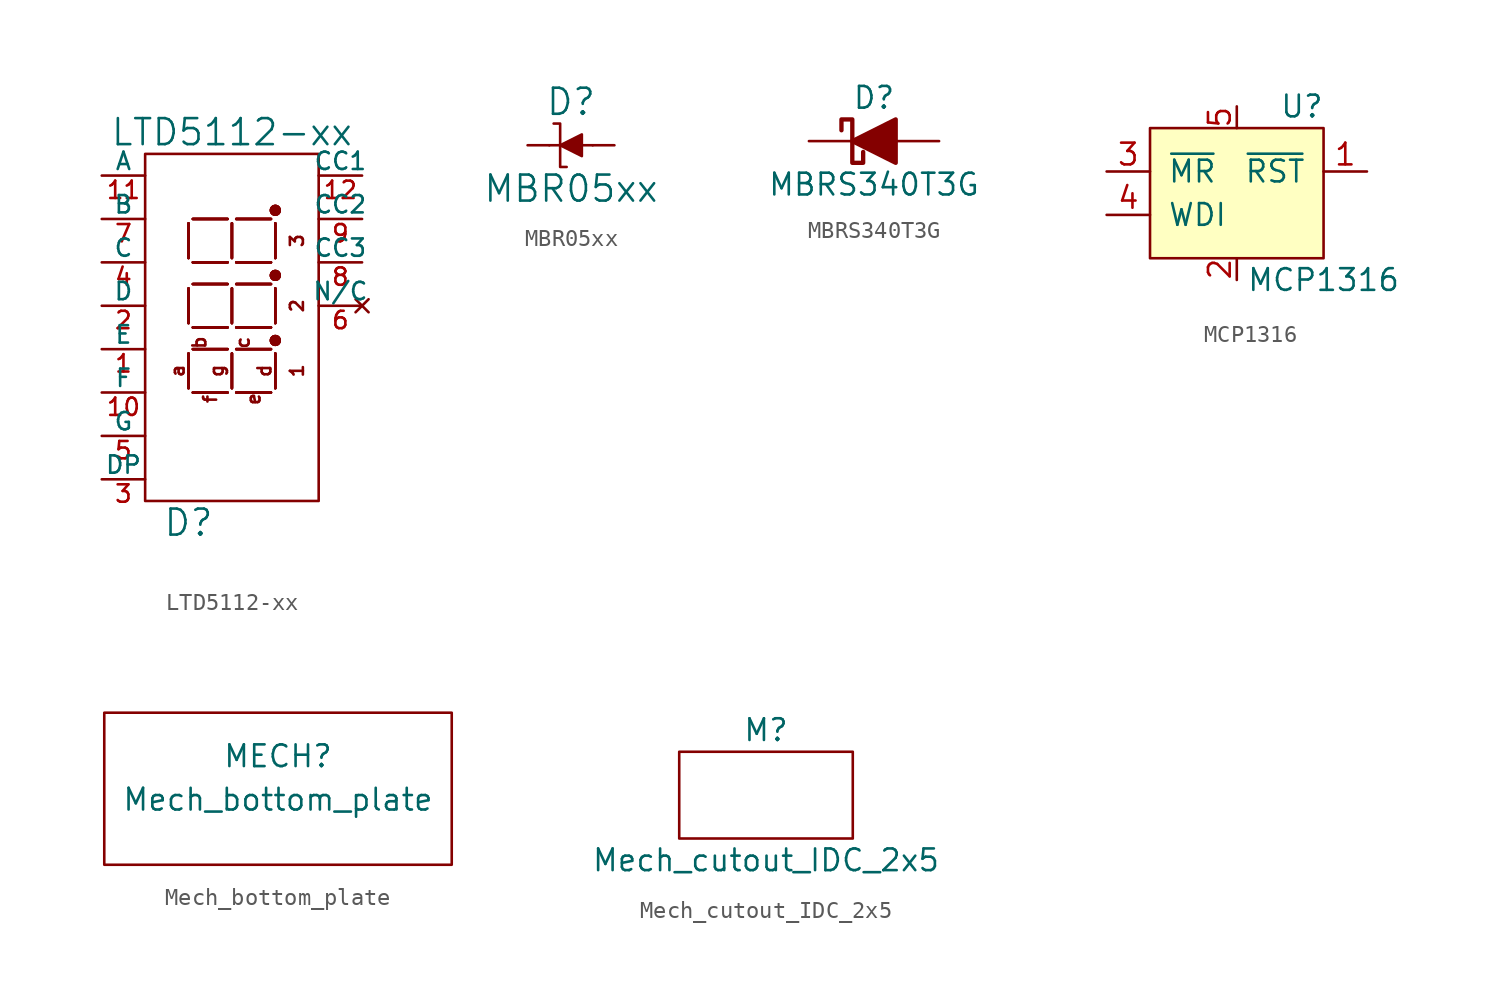
<source format=kicad_sym>
(kicad_symbol_lib
  (version 20211014)
  (generator kicad_symbol_editor)
  (symbol "LTD5112-xx"
    (pin_names
      (offset 0))
    (property "Reference" "D"
      (at -2.54 -12.7 0)
      (effects (font (size 1.524 1.524))))
    (property "Value" "LTD5112-xx"
      (at 0 10.16 0)
      (effects (font (size 1.524 1.524))))
    (symbol "LTD5112-xx_0_0"
      (text "1" (at 3.81 -3.81 900) (effects (font (size 0.762 0.762))))
      (text "2" (at 3.81 0 900) (effects (font (size 0.762 0.762))))
      (text "3" (at 3.81 3.81 900) (effects (font (size 0.762 0.762))))
      (text "a" (at -3.175 -3.81 900) (effects (font (size 0.762 0.762))))
      (text "b" (at -1.905 -2.159 900) (effects (font (size 0.762 0.762))))
      (text "c" (at 0.635 -2.159 900) (effects (font (size 0.762 0.762))))
      (text "d" (at 1.905 -3.81 900) (effects (font (size 0.762 0.762))))
      (text "e" (at 1.27 -5.461 900) (effects (font (size 0.762 0.762))))
      (text "f" (at -1.27 -5.461 900) (effects (font (size 0.762 0.762))))
      (text "g" (at -0.889 -3.81 900) (effects (font (size 0.762 0.762)))))
    (symbol "LTD5112-xx_0_1"
      (rectangle (start -5.08 8.89) (end 5.08 -11.43) (stroke (width 0) (type default) (color 0 0 0 0)) (fill (type none)))
      (polyline (pts (xy -2.54 -2.794) (xy -2.54 -4.826)) (stroke (width 0) (type default) (color 0 0 0 0)) (fill (type none)))
      (polyline (pts (xy -2.54 -2.794) (xy -2.54 -4.826)) (stroke (width 0) (type default) (color 0 0 0 0)) (fill (type none)))
      (polyline (pts (xy -2.54 -2.794) (xy -2.54 -4.826)) (stroke (width 0) (type default) (color 0 0 0 0)) (fill (type none)))
      (polyline (pts (xy -2.54 -2.794) (xy -2.54 -4.826)) (stroke (width 0) (type default) (color 0 0 0 0)) (fill (type none)))
      (polyline (pts (xy -2.54 1.016) (xy -2.54 -1.016)) (stroke (width 0) (type default) (color 0 0 0 0)) (fill (type none)))
      (polyline (pts (xy -2.54 1.016) (xy -2.54 -1.016)) (stroke (width 0) (type default) (color 0 0 0 0)) (fill (type none)))
      (polyline (pts (xy -2.54 1.016) (xy -2.54 -1.016)) (stroke (width 0) (type default) (color 0 0 0 0)) (fill (type none)))
      (polyline (pts (xy -2.54 1.016) (xy -2.54 -1.016)) (stroke (width 0) (type default) (color 0 0 0 0)) (fill (type none)))
      (polyline (pts (xy -2.54 4.826) (xy -2.54 2.794)) (stroke (width 0) (type default) (color 0 0 0 0)) (fill (type none)))
      (polyline (pts (xy -2.54 4.826) (xy -2.54 2.794)) (stroke (width 0) (type default) (color 0 0 0 0)) (fill (type none)))
      (polyline (pts (xy -2.54 4.826) (xy -2.54 2.794)) (stroke (width 0) (type default) (color 0 0 0 0)) (fill (type none)))
      (polyline (pts (xy -2.54 4.826) (xy -2.54 2.794)) (stroke (width 0) (type default) (color 0 0 0 0)) (fill (type none)))
      (polyline (pts (xy -2.286 -5.08) (xy -0.254 -5.08)) (stroke (width 0) (type default) (color 0 0 0 0)) (fill (type none)))
      (polyline (pts (xy -2.286 -5.08) (xy -0.254 -5.08)) (stroke (width 0) (type default) (color 0 0 0 0)) (fill (type none)))
      (polyline (pts (xy -2.286 -5.08) (xy -0.254 -5.08)) (stroke (width 0) (type default) (color 0 0 0 0)) (fill (type none)))
      (polyline (pts (xy -2.286 -5.08) (xy -0.254 -5.08)) (stroke (width 0) (type default) (color 0 0 0 0)) (fill (type none)))
      (polyline (pts (xy -2.286 -1.27) (xy -0.254 -1.27)) (stroke (width 0) (type default) (color 0 0 0 0)) (fill (type none)))
      (polyline (pts (xy -2.286 -1.27) (xy -0.254 -1.27)) (stroke (width 0) (type default) (color 0 0 0 0)) (fill (type none)))
      (polyline (pts (xy -2.286 -1.27) (xy -0.254 -1.27)) (stroke (width 0) (type default) (color 0 0 0 0)) (fill (type none)))
      (polyline (pts (xy -2.286 -1.27) (xy -0.254 -1.27)) (stroke (width 0) (type default) (color 0 0 0 0)) (fill (type none)))
      (polyline (pts (xy -2.286 2.54) (xy -0.254 2.54)) (stroke (width 0) (type default) (color 0 0 0 0)) (fill (type none)))
      (polyline (pts (xy -2.286 2.54) (xy -0.254 2.54)) (stroke (width 0) (type default) (color 0 0 0 0)) (fill (type none)))
      (polyline (pts (xy -2.286 2.54) (xy -0.254 2.54)) (stroke (width 0) (type default) (color 0 0 0 0)) (fill (type none)))
      (polyline (pts (xy -2.286 2.54) (xy -0.254 2.54)) (stroke (width 0) (type default) (color 0 0 0 0)) (fill (type none)))
      (polyline (pts (xy -0.254 -2.54) (xy -2.286 -2.54)) (stroke (width 0) (type default) (color 0 0 0 0)) (fill (type none)))
      (polyline (pts (xy -0.254 -2.54) (xy -2.286 -2.54)) (stroke (width 0) (type default) (color 0 0 0 0)) (fill (type none)))
      (polyline (pts (xy -0.254 -2.54) (xy -2.286 -2.54)) (stroke (width 0) (type default) (color 0 0 0 0)) (fill (type none)))
      (polyline (pts (xy -0.254 -2.54) (xy -2.286 -2.54)) (stroke (width 0) (type default) (color 0 0 0 0)) (fill (type none)))
      (polyline (pts (xy -0.254 1.27) (xy -2.286 1.27)) (stroke (width 0) (type default) (color 0 0 0 0)) (fill (type none)))
      (polyline (pts (xy -0.254 1.27) (xy -2.286 1.27)) (stroke (width 0) (type default) (color 0 0 0 0)) (fill (type none)))
      (polyline (pts (xy -0.254 1.27) (xy -2.286 1.27)) (stroke (width 0) (type default) (color 0 0 0 0)) (fill (type none)))
      (polyline (pts (xy -0.254 1.27) (xy -2.286 1.27)) (stroke (width 0) (type default) (color 0 0 0 0)) (fill (type none)))
      (polyline (pts (xy -0.254 5.08) (xy -2.286 5.08)) (stroke (width 0) (type default) (color 0 0 0 0)) (fill (type none)))
      (polyline (pts (xy -0.254 5.08) (xy -2.286 5.08)) (stroke (width 0) (type default) (color 0 0 0 0)) (fill (type none)))
      (polyline (pts (xy -0.254 5.08) (xy -2.286 5.08)) (stroke (width 0) (type default) (color 0 0 0 0)) (fill (type none)))
      (polyline (pts (xy -0.254 5.08) (xy -2.286 5.08)) (stroke (width 0) (type default) (color 0 0 0 0)) (fill (type none)))
      (polyline (pts (xy 0 -4.826) (xy 0 -2.794)) (stroke (width 0) (type default) (color 0 0 0 0)) (fill (type none)))
      (polyline (pts (xy 0 -4.826) (xy 0 -2.794)) (stroke (width 0) (type default) (color 0 0 0 0)) (fill (type none)))
      (polyline (pts (xy 0 -4.826) (xy 0 -2.794)) (stroke (width 0) (type default) (color 0 0 0 0)) (fill (type none)))
      (polyline (pts (xy 0 -4.826) (xy 0 -2.794)) (stroke (width 0) (type default) (color 0 0 0 0)) (fill (type none)))
      (polyline (pts (xy 0 -1.016) (xy 0 1.016)) (stroke (width 0) (type default) (color 0 0 0 0)) (fill (type none)))
      (polyline (pts (xy 0 -1.016) (xy 0 1.016)) (stroke (width 0) (type default) (color 0 0 0 0)) (fill (type none)))
      (polyline (pts (xy 0 -1.016) (xy 0 1.016)) (stroke (width 0) (type default) (color 0 0 0 0)) (fill (type none)))
      (polyline (pts (xy 0 -1.016) (xy 0 1.016)) (stroke (width 0) (type default) (color 0 0 0 0)) (fill (type none)))
      (polyline (pts (xy 0 2.794) (xy 0 4.826)) (stroke (width 0) (type default) (color 0 0 0 0)) (fill (type none)))
      (polyline (pts (xy 0 2.794) (xy 0 4.826)) (stroke (width 0) (type default) (color 0 0 0 0)) (fill (type none)))
      (polyline (pts (xy 0 2.794) (xy 0 4.826)) (stroke (width 0) (type default) (color 0 0 0 0)) (fill (type none)))
      (polyline (pts (xy 0 2.794) (xy 0 4.826)) (stroke (width 0) (type default) (color 0 0 0 0)) (fill (type none)))
      (polyline (pts (xy 0.254 -5.08) (xy 2.286 -5.08)) (stroke (width 0) (type default) (color 0 0 0 0)) (fill (type none)))
      (polyline (pts (xy 0.254 -5.08) (xy 2.286 -5.08)) (stroke (width 0) (type default) (color 0 0 0 0)) (fill (type none)))
      (polyline (pts (xy 0.254 -5.08) (xy 2.286 -5.08)) (stroke (width 0) (type default) (color 0 0 0 0)) (fill (type none)))
      (polyline (pts (xy 0.254 -5.08) (xy 2.286 -5.08)) (stroke (width 0) (type default) (color 0 0 0 0)) (fill (type none)))
      (polyline (pts (xy 0.254 -1.27) (xy 2.286 -1.27)) (stroke (width 0) (type default) (color 0 0 0 0)) (fill (type none)))
      (polyline (pts (xy 0.254 -1.27) (xy 2.286 -1.27)) (stroke (width 0) (type default) (color 0 0 0 0)) (fill (type none)))
      (polyline (pts (xy 0.254 -1.27) (xy 2.286 -1.27)) (stroke (width 0) (type default) (color 0 0 0 0)) (fill (type none)))
      (polyline (pts (xy 0.254 -1.27) (xy 2.286 -1.27)) (stroke (width 0) (type default) (color 0 0 0 0)) (fill (type none)))
      (polyline (pts (xy 0.254 2.54) (xy 2.286 2.54)) (stroke (width 0) (type default) (color 0 0 0 0)) (fill (type none)))
      (polyline (pts (xy 0.254 2.54) (xy 2.286 2.54)) (stroke (width 0) (type default) (color 0 0 0 0)) (fill (type none)))
      (polyline (pts (xy 0.254 2.54) (xy 2.286 2.54)) (stroke (width 0) (type default) (color 0 0 0 0)) (fill (type none)))
      (polyline (pts (xy 0.254 2.54) (xy 2.286 2.54)) (stroke (width 0) (type default) (color 0 0 0 0)) (fill (type none)))
      (polyline (pts (xy 2.286 -2.54) (xy 0.254 -2.54)) (stroke (width 0) (type default) (color 0 0 0 0)) (fill (type none)))
      (polyline (pts (xy 2.286 -2.54) (xy 0.254 -2.54)) (stroke (width 0) (type default) (color 0 0 0 0)) (fill (type none)))
      (polyline (pts (xy 2.286 -2.54) (xy 0.254 -2.54)) (stroke (width 0) (type default) (color 0 0 0 0)) (fill (type none)))
      (polyline (pts (xy 2.286 -2.54) (xy 0.254 -2.54)) (stroke (width 0) (type default) (color 0 0 0 0)) (fill (type none)))
      (polyline (pts (xy 2.286 1.27) (xy 0.254 1.27)) (stroke (width 0) (type default) (color 0 0 0 0)) (fill (type none)))
      (polyline (pts (xy 2.286 1.27) (xy 0.254 1.27)) (stroke (width 0) (type default) (color 0 0 0 0)) (fill (type none)))
      (polyline (pts (xy 2.286 1.27) (xy 0.254 1.27)) (stroke (width 0) (type default) (color 0 0 0 0)) (fill (type none)))
      (polyline (pts (xy 2.286 1.27) (xy 0.254 1.27)) (stroke (width 0) (type default) (color 0 0 0 0)) (fill (type none)))
      (polyline (pts (xy 2.286 5.08) (xy 0.254 5.08)) (stroke (width 0) (type default) (color 0 0 0 0)) (fill (type none)))
      (polyline (pts (xy 2.286 5.08) (xy 0.254 5.08)) (stroke (width 0) (type default) (color 0 0 0 0)) (fill (type none)))
      (polyline (pts (xy 2.286 5.08) (xy 0.254 5.08)) (stroke (width 0) (type default) (color 0 0 0 0)) (fill (type none)))
      (polyline (pts (xy 2.286 5.08) (xy 0.254 5.08)) (stroke (width 0) (type default) (color 0 0 0 0)) (fill (type none)))
      (polyline (pts (xy 2.54 -4.826) (xy 2.54 -2.794)) (stroke (width 0) (type default) (color 0 0 0 0)) (fill (type none)))
      (polyline (pts (xy 2.54 -4.826) (xy 2.54 -2.794)) (stroke (width 0) (type default) (color 0 0 0 0)) (fill (type none)))
      (polyline (pts (xy 2.54 -4.826) (xy 2.54 -2.794)) (stroke (width 0) (type default) (color 0 0 0 0)) (fill (type none)))
      (polyline (pts (xy 2.54 -4.826) (xy 2.54 -2.794)) (stroke (width 0) (type default) (color 0 0 0 0)) (fill (type none)))
      (polyline (pts (xy 2.54 -1.016) (xy 2.54 1.016)) (stroke (width 0) (type default) (color 0 0 0 0)) (fill (type none)))
      (polyline (pts (xy 2.54 -1.016) (xy 2.54 1.016)) (stroke (width 0) (type default) (color 0 0 0 0)) (fill (type none)))
      (polyline (pts (xy 2.54 -1.016) (xy 2.54 1.016)) (stroke (width 0) (type default) (color 0 0 0 0)) (fill (type none)))
      (polyline (pts (xy 2.54 -1.016) (xy 2.54 1.016)) (stroke (width 0) (type default) (color 0 0 0 0)) (fill (type none)))
      (polyline (pts (xy 2.54 2.794) (xy 2.54 4.826)) (stroke (width 0) (type default) (color 0 0 0 0)) (fill (type none)))
      (polyline (pts (xy 2.54 2.794) (xy 2.54 4.826)) (stroke (width 0) (type default) (color 0 0 0 0)) (fill (type none)))
      (polyline (pts (xy 2.54 2.794) (xy 2.54 4.826)) (stroke (width 0) (type default) (color 0 0 0 0)) (fill (type none)))
      (polyline (pts (xy 2.54 2.794) (xy 2.54 4.826)) (stroke (width 0) (type default) (color 0 0 0 0)) (fill (type none)))
      (circle (center 2.54 -2.032) (radius 0.254) (stroke (width 0) (type default) (color 0 0 0 0)) (fill (type outline)))
      (circle (center 2.54 -2.032) (radius 0.254) (stroke (width 0) (type default) (color 0 0 0 0)) (fill (type outline)))
      (circle (center 2.54 -2.032) (radius 0.254) (stroke (width 0) (type default) (color 0 0 0 0)) (fill (type outline)))
      (circle (center 2.54 -2.032) (radius 0.254) (stroke (width 0) (type default) (color 0 0 0 0)) (fill (type outline)))
      (circle (center 2.54 1.778) (radius 0.254) (stroke (width 0) (type default) (color 0 0 0 0)) (fill (type outline)))
      (circle (center 2.54 1.778) (radius 0.254) (stroke (width 0) (type default) (color 0 0 0 0)) (fill (type outline)))
      (circle (center 2.54 1.778) (radius 0.254) (stroke (width 0) (type default) (color 0 0 0 0)) (fill (type outline)))
      (circle (center 2.54 1.778) (radius 0.254) (stroke (width 0) (type default) (color 0 0 0 0)) (fill (type outline)))
      (circle (center 2.54 5.588) (radius 0.254) (stroke (width 0) (type default) (color 0 0 0 0)) (fill (type outline)))
      (circle (center 2.54 5.588) (radius 0.254) (stroke (width 0) (type default) (color 0 0 0 0)) (fill (type outline)))
      (circle (center 2.54 5.588) (radius 0.254) (stroke (width 0) (type default) (color 0 0 0 0)) (fill (type outline)))
      (circle (center 2.54 5.588) (radius 0.254) (stroke (width 0) (type default) (color 0 0 0 0)) (fill (type outline))))
    (symbol "LTD5112-xx_1_1"
      (pin bidirectional line (at -7.62 -2.54 0) (length 2.54) (name "E" (effects (font (size 1.016 1.016)))) (number "1" (effects (font (size 1.016 1.016)))))
      (pin bidirectional line (at -7.62 -5.08 0) (length 2.54) (name "F" (effects (font (size 1.016 1.016)))) (number "10" (effects (font (size 1.016 1.016)))))
      (pin bidirectional line (at -7.62 7.62 0) (length 2.54) (name "A" (effects (font (size 1.016 1.016)))) (number "11" (effects (font (size 1.016 1.016)))))
      (pin bidirectional line (at 7.62 7.62 180) (length 2.54) (name "CC1" (effects (font (size 1.016 1.016)))) (number "12" (effects (font (size 1.016 1.016)))))
      (pin bidirectional line (at -7.62 0 0) (length 2.54) (name "D" (effects (font (size 1.016 1.016)))) (number "2" (effects (font (size 1.016 1.016)))))
      (pin bidirectional line (at -7.62 -10.16 0) (length 2.54) (name "DP" (effects (font (size 1.016 1.016)))) (number "3" (effects (font (size 1.016 1.016)))))
      (pin bidirectional line (at -7.62 2.54 0) (length 2.54) (name "C" (effects (font (size 1.016 1.016)))) (number "4" (effects (font (size 1.016 1.016)))))
      (pin bidirectional line (at -7.62 -7.62 0) (length 2.54) (name "G" (effects (font (size 1.016 1.016)))) (number "5" (effects (font (size 1.016 1.016)))))
      (pin no_connect line (at 7.62 0 180) (length 2.54) (name "N/C" (effects (font (size 1.016 1.016)))) (number "6" (effects (font (size 1.016 1.016)))))
      (pin bidirectional line (at -7.62 5.08 0) (length 2.54) (name "B" (effects (font (size 1.016 1.016)))) (number "7" (effects (font (size 1.016 1.016)))))
      (pin bidirectional line (at 7.62 2.54 180) (length 2.54) (name "CC3" (effects (font (size 1.016 1.016)))) (number "8" (effects (font (size 1.016 1.016)))))
      (pin bidirectional line (at 7.62 5.08 180) (length 2.54) (name "CC2" (effects (font (size 1.016 1.016)))) (number "9" (effects (font (size 1.016 1.016)))))))
  (symbol "MBR05xx"
    (pin_numbers hide)
    (pin_names
      (offset 0) hide)
    (property "Reference" "D"
      (at 0 2.54 0)
      (effects (font (size 1.524 1.524))))
    (property "Value" "MBR05xx"
      (at 0 -2.54 0)
      (effects (font (size 1.524 1.524))))
    (symbol "MBR05xx_1_0"
      (polyline (pts (xy -0.635 0) (xy -1.27 0)) (stroke (width 0) (type default) (color 0 0 0 0)) (fill (type none)))
      (polyline (pts (xy -0.635 0) (xy 1.27 0)) (stroke (width 0) (type default) (color 0 0 0 0)) (fill (type none)))
      (polyline (pts (xy -1.016 1.27) (xy -0.635 1.27) (xy -0.635 -1.27) (xy -0.254 -1.27)) (stroke (width 0) (type default) (color 0 0 0 0)) (fill (type none)))
      (polyline (pts (xy 0.635 0.635) (xy -0.635 0) (xy 0.635 -0.635) (xy 0.635 0.635)) (stroke (width 0) (type default) (color 0 0 0 0)) (fill (type outline))))
    (symbol "MBR05xx_1_1"
      (pin passive line (at -2.54 0 0) (length 1.27) (name "C" (effects (font (size 1.016 1.016)))) (number "1" (effects (font (size 1.016 1.016)))))
      (pin passive line (at 2.54 0 180) (length 1.27) (name "A" (effects (font (size 1.016 1.016)))) (number "2" (effects (font (size 1.016 1.016)))))))
  (symbol "MBRS340T3G"
    (pin_numbers hide)
    (pin_names
      (offset 1.016) hide)
    (property "Reference" "D"
      (at 0 2.54 0)
      (effects (font (size 1.27 1.27))))
    (property "Value" "MBRS340T3G"
      (at 0 -2.54 0)
      (effects (font (size 1.27 1.27))))
    (symbol "MBRS340T3G_0_1"
      (polyline (pts (xy 1.27 0) (xy -1.27 0)) (stroke (width 0) (type default) (color 0 0 0 0)) (fill (type none)))
      (polyline (pts (xy 1.27 1.27) (xy 1.27 -1.27) (xy -1.27 0) (xy 1.27 1.27)) (stroke (width 0.254) (type default) (color 0 0 0 0)) (fill (type outline)))
      (polyline (pts (xy -1.905 0.635) (xy -1.905 1.27) (xy -1.27 1.27) (xy -1.27 -1.27) (xy -0.635 -1.27) (xy -0.635 -0.635)) (stroke (width 0.254) (type default) (color 0 0 0 0)) (fill (type none))))
    (symbol "MBRS340T3G_1_1"
      (pin passive line (at -3.81 0 0) (length 2.54) (name "K" (effects (font (size 1.27 1.27)))) (number "1" (effects (font (size 1.27 1.27)))))
      (pin passive line (at 3.81 0 180) (length 2.54) (name "A" (effects (font (size 1.27 1.27)))) (number "2" (effects (font (size 1.27 1.27)))))))
  (symbol "MCP1316"
    (pin_names
      (offset 1.016))
    (property "Reference" "U"
      (at 3.81 5.08 0)
      (effects (font (size 1.27 1.27))))
    (property "Value" "MCP1316"
      (at 5.08 -5.08 0)
      (effects (font (size 1.27 1.27))))
    (symbol "MCP1316_0_1"
      (rectangle (start -5.08 3.81) (end 5.08 -3.81) (stroke (width 0) (type default) (color 0 0 0 0)) (fill (type background))))
    (symbol "MCP1316_1_1"
      (pin output line (at 7.62 1.27 180) (length 2.54) (name "~{RST}" (effects (font (size 1.27 1.27)))) (number "1" (effects (font (size 1.27 1.27)))))
      (pin power_in line (at 0 -5.08 90) (length 1.27) (name "~" (effects (font (size 1.27 1.27)))) (number "2" (effects (font (size 1.27 1.27)))))
      (pin input line (at -7.62 1.27 0) (length 2.54) (name "~{MR}" (effects (font (size 1.27 1.27)))) (number "3" (effects (font (size 1.27 1.27)))))
      (pin input line (at -7.62 -1.27 0) (length 2.54) (name "WDI" (effects (font (size 1.27 1.27)))) (number "4" (effects (font (size 1.27 1.27)))))
      (pin power_in line (at 0 5.08 270) (length 1.27) (name "~" (effects (font (size 1.27 1.27)))) (number "5" (effects (font (size 1.27 1.27)))))))
  (symbol "Mech_bottom_plate"
    (property "Reference" "MECH"
      (at 0 1.27 0)
      (effects (font (size 1.27 1.27))))
    (property "Value" "Mech_bottom_plate"
      (at 0 -1.27 0)
      (effects (font (size 1.27 1.27))))
    (symbol "Mech_bottom_plate_0_1"
      (rectangle (start -10.16 3.81) (end 10.16 -5.08) (stroke (width 0.152) (type default) (color 0 0 0 0)) (fill (type none)))))
  (symbol "Mech_cutout_IDC_2x5"
    (pin_numbers hide)
    (pin_names
      (offset 0) hide)
    (property "Reference" "M"
      (at 0 3.81 0)
      (effects (font (size 1.27 1.27))))
    (property "Value" "Mech_cutout_IDC_2x5"
      (at 0 -3.81 0)
      (effects (font (size 1.27 1.27))))
    (symbol "Mech_cutout_IDC_2x5_0_0"
      (rectangle (start -5.08 2.54) (end 5.08 -2.54) (stroke (width 0) (type default) (color 0 0 0 0)) (fill (type none))))))
</source>
